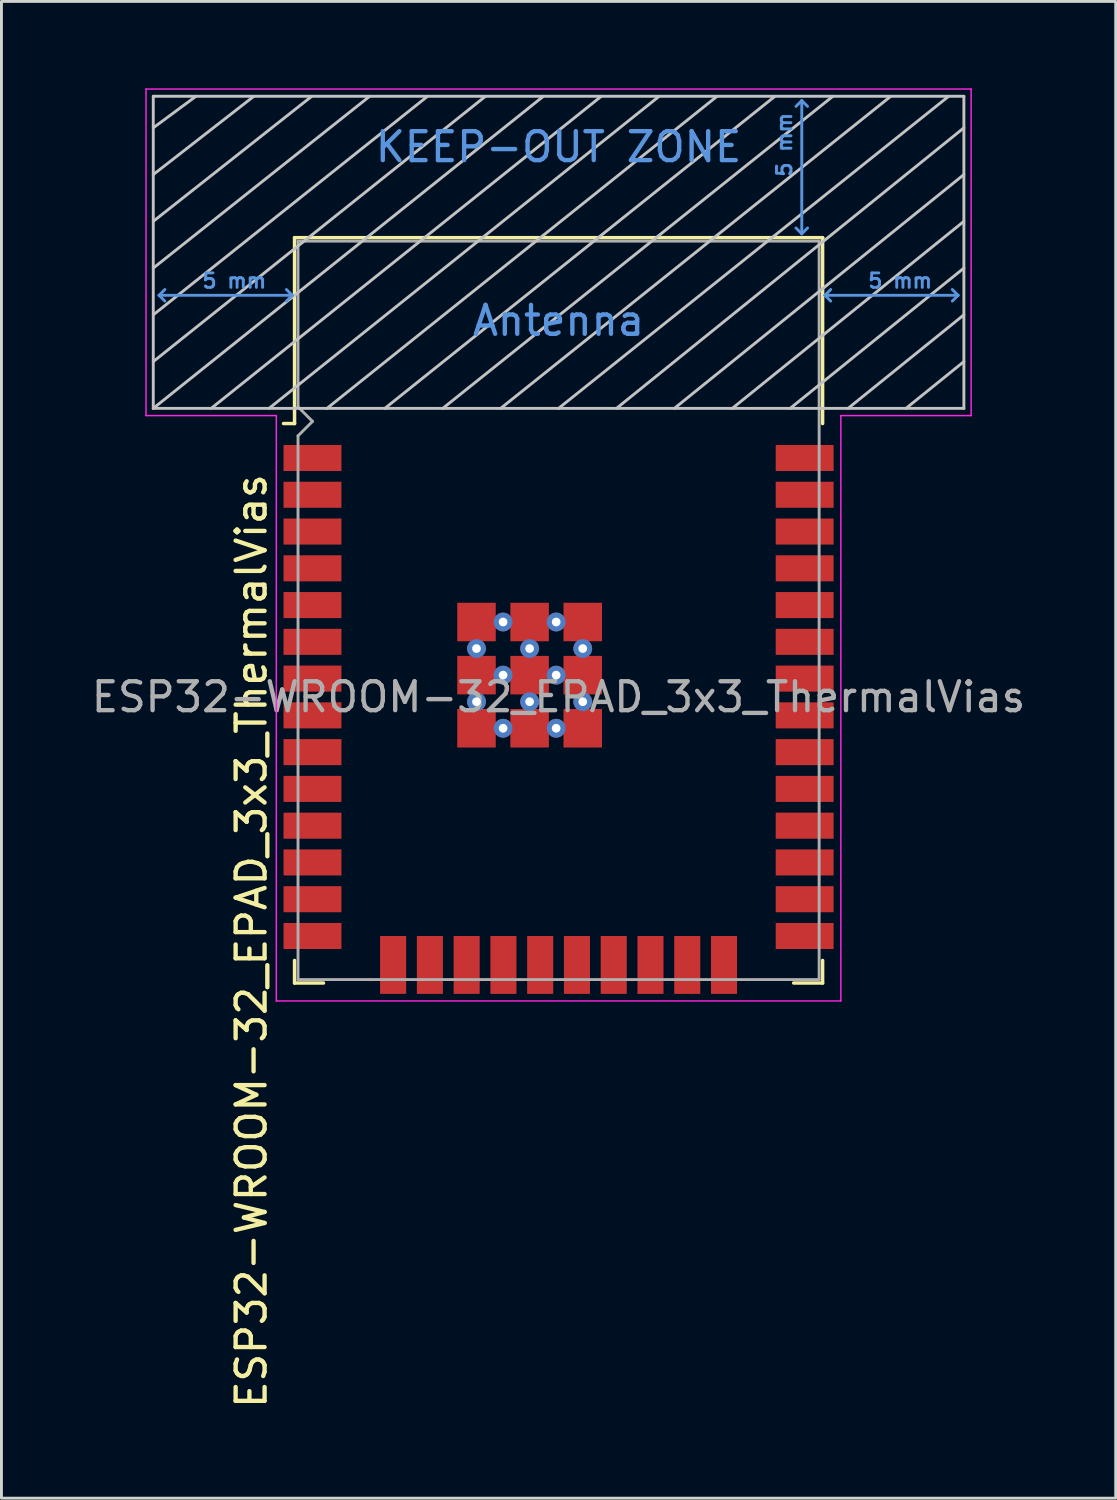
<source format=kicad_pcb>
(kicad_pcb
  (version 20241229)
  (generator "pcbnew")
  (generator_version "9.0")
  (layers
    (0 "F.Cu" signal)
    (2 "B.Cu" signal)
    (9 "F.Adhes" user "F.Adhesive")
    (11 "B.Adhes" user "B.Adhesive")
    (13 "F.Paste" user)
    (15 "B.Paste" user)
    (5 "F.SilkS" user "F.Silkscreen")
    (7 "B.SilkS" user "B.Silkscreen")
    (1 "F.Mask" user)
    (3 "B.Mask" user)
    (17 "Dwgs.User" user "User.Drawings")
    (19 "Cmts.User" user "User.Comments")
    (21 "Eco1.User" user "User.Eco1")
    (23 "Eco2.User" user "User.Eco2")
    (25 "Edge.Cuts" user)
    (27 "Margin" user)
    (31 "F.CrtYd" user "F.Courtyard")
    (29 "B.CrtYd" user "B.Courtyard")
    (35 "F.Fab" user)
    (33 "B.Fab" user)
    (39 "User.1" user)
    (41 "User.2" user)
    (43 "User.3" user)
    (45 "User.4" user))
  (footprint "ESP32-WROOM-32_EPAD_3x3_ThermalVias"
    (layer "F.Cu")
    (at 16.244 21.025)
    (property "Reference" "ESP32-WROOM-32_EPAD_3x3_ThermalVias" (at -10.61 8.43 90) (layer "F.SilkS") (effects (font (size 1 1) (thickness 0.15))))
    (attr smd)
    (fp_line (start -9.12 -15.865) (end -9.12 -9.445) (stroke (width 0.12) (type solid)) (layer "F.SilkS"))
    (fp_line (start -9.12 -15.865) (end 9.12 -15.865) (stroke (width 0.12) (type solid)) (layer "F.SilkS"))
    (fp_line (start -9.12 -9.445) (end -9.5 -9.445) (stroke (width 0.12) (type solid)) (layer "F.SilkS"))
    (fp_line (start -9.12 9.1) (end -9.12 9.88) (stroke (width 0.12) (type solid)) (layer "F.SilkS"))
    (fp_line (start -9.12 9.88) (end -8.12 9.88) (stroke (width 0.12) (type solid)) (layer "F.SilkS"))
    (fp_line (start 9.12 -15.865) (end 9.12 -9.445) (stroke (width 0.12) (type solid)) (layer "F.SilkS"))
    (fp_line (start 9.12 9.1) (end 9.12 9.88) (stroke (width 0.12) (type solid)) (layer "F.SilkS"))
    (fp_line (start 9.12 9.88) (end 8.12 9.88) (stroke (width 0.12) (type solid)) (layer "F.SilkS"))
    (fp_line (start -14 -9.97) (end -14 -20.75) (stroke (width 0.1) (type solid)) (layer "Dwgs.User"))
    (fp_line (start -12.525 -20.75) (end -14 -19.66) (stroke (width 0.1) (type solid)) (layer "Dwgs.User"))
    (fp_line (start -10.525 -20.75) (end -14 -18.045) (stroke (width 0.1) (type solid)) (layer "Dwgs.User"))
    (fp_line (start -8.525 -20.75) (end -14 -16.43) (stroke (width 0.1) (type solid)) (layer "Dwgs.User"))
    (fp_line (start -8 -9.97) (end 5.475 -20.75) (stroke (width 0.1) (type solid)) (layer "Dwgs.User"))
    (fp_line (start -6.525 -20.75) (end -14 -14.815) (stroke (width 0.1) (type solid)) (layer "Dwgs.User"))
    (fp_line (start -4.525 -20.75) (end -14 -13.2) (stroke (width 0.1) (type solid)) (layer "Dwgs.User"))
    (fp_line (start -2.525 -20.75) (end -14 -11.585) (stroke (width 0.1) (type solid)) (layer "Dwgs.User"))
    (fp_line (start -0.525 -20.75) (end -14 -9.97) (stroke (width 0.1) (type solid)) (layer "Dwgs.User"))
    (fp_line (start 1.475 -20.75) (end -12 -9.97) (stroke (width 0.1) (type solid)) (layer "Dwgs.User"))
    (fp_line (start 3.475 -20.75) (end -10 -9.97) (stroke (width 0.1) (type solid)) (layer "Dwgs.User"))
    (fp_line (start 7.475 -20.75) (end -6 -9.97) (stroke (width 0.1) (type solid)) (layer "Dwgs.User"))
    (fp_line (start 9.475 -20.75) (end -4 -9.97) (stroke (width 0.1) (type solid)) (layer "Dwgs.User"))
    (fp_line (start 11.475 -20.75) (end -2 -9.97) (stroke (width 0.1) (type solid)) (layer "Dwgs.User"))
    (fp_line (start 13.475 -20.75) (end 0 -9.97) (stroke (width 0.1) (type solid)) (layer "Dwgs.User"))
    (fp_line (start 14 -20.75) (end -14 -20.75) (stroke (width 0.1) (type solid)) (layer "Dwgs.User"))
    (fp_line (start 14 -19.66) (end 2 -9.97) (stroke (width 0.1) (type solid)) (layer "Dwgs.User"))
    (fp_line (start 14 -18.045) (end 4 -9.97) (stroke (width 0.1) (type solid)) (layer "Dwgs.User"))
    (fp_line (start 14 -16.43) (end 6 -9.97) (stroke (width 0.1) (type solid)) (layer "Dwgs.User"))
    (fp_line (start 14 -14.815) (end 8 -9.97) (stroke (width 0.1) (type solid)) (layer "Dwgs.User"))
    (fp_line (start 14 -13.2) (end 10 -9.97) (stroke (width 0.1) (type solid)) (layer "Dwgs.User"))
    (fp_line (start 14 -11.585) (end 12 -9.97) (stroke (width 0.1) (type solid)) (layer "Dwgs.User"))
    (fp_line (start 14 -9.97) (end -14 -9.97) (stroke (width 0.1) (type solid)) (layer "Dwgs.User"))
    (fp_line (start 14 -9.97) (end 14 -20.75) (stroke (width 0.1) (type solid)) (layer "Dwgs.User"))
    (fp_line (start -13.8 -13.875) (end -13.6 -14.075) (stroke (width 0.1) (type solid)) (layer "Cmts.User"))
    (fp_line (start -13.8 -13.875) (end -13.6 -13.675) (stroke (width 0.1) (type solid)) (layer "Cmts.User"))
    (fp_line (start -13.8 -13.875) (end -9.2 -13.875) (stroke (width 0.1) (type solid)) (layer "Cmts.User"))
    (fp_line (start -9.2 -13.875) (end -9.4 -14.075) (stroke (width 0.1) (type solid)) (layer "Cmts.User"))
    (fp_line (start -9.2 -13.875) (end -9.4 -13.675) (stroke (width 0.1) (type solid)) (layer "Cmts.User"))
    (fp_line (start 8.4 -20.6) (end 8.2 -20.4) (stroke (width 0.1) (type solid)) (layer "Cmts.User"))
    (fp_line (start 8.4 -20.6) (end 8.6 -20.4) (stroke (width 0.1) (type solid)) (layer "Cmts.User"))
    (fp_line (start 8.4 -16) (end 8.2 -16.2) (stroke (width 0.1) (type solid)) (layer "Cmts.User"))
    (fp_line (start 8.4 -16) (end 8.4 -20.6) (stroke (width 0.1) (type solid)) (layer "Cmts.User"))
    (fp_line (start 8.4 -16) (end 8.6 -16.2) (stroke (width 0.1) (type solid)) (layer "Cmts.User"))
    (fp_line (start 9.2 -13.875) (end 9.4 -14.075) (stroke (width 0.1) (type solid)) (layer "Cmts.User"))
    (fp_line (start 9.2 -13.875) (end 9.4 -13.675) (stroke (width 0.1) (type solid)) (layer "Cmts.User"))
    (fp_line (start 9.2 -13.875) (end 13.8 -13.875) (stroke (width 0.1) (type solid)) (layer "Cmts.User"))
    (fp_line (start 13.8 -13.875) (end 13.6 -14.075) (stroke (width 0.1) (type solid)) (layer "Cmts.User"))
    (fp_line (start 13.8 -13.875) (end 13.6 -13.675) (stroke (width 0.1) (type solid)) (layer "Cmts.User"))
    (fp_line (start -14.25 -21) (end -14.25 -9.72) (stroke (width 0.05) (type solid)) (layer "F.CrtYd"))
    (fp_line (start -14.25 -21) (end 14.25 -21) (stroke (width 0.05) (type solid)) (layer "F.CrtYd"))
    (fp_line (start -14.25 -9.72) (end -9.75 -9.72) (stroke (width 0.05) (type solid)) (layer "F.CrtYd"))
    (fp_line (start -9.75 10.5) (end -9.75 -9.72) (stroke (width 0.05) (type solid)) (layer "F.CrtYd"))
    (fp_line (start -9.75 10.5) (end 9.75 10.5) (stroke (width 0.05) (type solid)) (layer "F.CrtYd"))
    (fp_line (start 9.75 -9.72) (end 9.75 10.5) (stroke (width 0.05) (type solid)) (layer "F.CrtYd"))
    (fp_line (start 9.75 -9.72) (end 14.25 -9.72) (stroke (width 0.05) (type solid)) (layer "F.CrtYd"))
    (fp_line (start 14.25 -21) (end 14.25 -9.72) (stroke (width 0.05) (type solid)) (layer "F.CrtYd"))
    (fp_line (start -9 -15.745) (end -9 -10.02) (stroke (width 0.1) (type solid)) (layer "F.Fab"))
    (fp_line (start -9 -15.745) (end 9 -15.745) (stroke (width 0.1) (type solid)) (layer "F.Fab"))
    (fp_line (start -9 -9.02) (end -9 9.76) (stroke (width 0.1) (type solid)) (layer "F.Fab"))
    (fp_line (start -9 -9.02) (end -8.5 -9.52) (stroke (width 0.1) (type solid)) (layer "F.Fab"))
    (fp_line (start -9 9.76) (end 9 9.76) (stroke (width 0.1) (type solid)) (layer "F.Fab"))
    (fp_line (start -8.5 -9.52) (end -9 -10.02) (stroke (width 0.1) (type solid)) (layer "F.Fab"))
    (fp_line (start 9 9.76) (end 9 -15.745) (stroke (width 0.1) (type solid)) (layer "F.Fab"))
    (fp_text user "5 mm" (at 11.8 -14.375 0) (layer "Cmts.User") (effects (font (size 0.5 0.5) (thickness 0.1))))
    (fp_text user "Antenna" (at 0 -13 0) (layer "Cmts.User") (effects (font (size 1 1) (thickness 0.15))))
    (fp_text user "KEEP-OUT ZONE" (at 0 -19 0) (layer "Cmts.User") (effects (font (size 1 1) (thickness 0.15))))
    (fp_text user "5 mm" (at -11.2 -14.375 0) (layer "Cmts.User") (effects (font (size 0.5 0.5) (thickness 0.1))))
    (fp_text user "5 mm" (at 7.8 -19.075 90) (layer "Cmts.User") (effects (font (size 0.5 0.5) (thickness 0.1))))
    (fp_text user "${REFERENCE}" (at 0 0 0) (layer "F.Fab") (effects (font (size 1 1) (thickness 0.15))))
    (pad "1" smd rect (at -8.5 -8.255) (size 2 0.9) (layers "F.Cu" "F.Mask" "F.Paste"))
    (pad "2" smd rect (at -8.5 -6.985) (size 2 0.9) (layers "F.Cu" "F.Mask" "F.Paste"))
    (pad "3" smd rect (at -8.5 -5.715) (size 2 0.9) (layers "F.Cu" "F.Mask" "F.Paste"))
    (pad "4" smd rect (at -8.5 -4.445) (size 2 0.9) (layers "F.Cu" "F.Mask" "F.Paste"))
    (pad "5" smd rect (at -8.5 -3.175) (size 2 0.9) (layers "F.Cu" "F.Mask" "F.Paste"))
    (pad "6" smd rect (at -8.5 -1.905) (size 2 0.9) (layers "F.Cu" "F.Mask" "F.Paste"))
    (pad "7" smd rect (at -8.5 -0.635) (size 2 0.9) (layers "F.Cu" "F.Mask" "F.Paste"))
    (pad "8" smd rect (at -8.5 0.635) (size 2 0.9) (layers "F.Cu" "F.Mask" "F.Paste"))
    (pad "9" smd rect (at -8.5 1.905) (size 2 0.9) (layers "F.Cu" "F.Mask" "F.Paste"))
    (pad "10" smd rect (at -8.5 3.175) (size 2 0.9) (layers "F.Cu" "F.Mask" "F.Paste"))
    (pad "11" smd rect (at -8.5 4.445) (size 2 0.9) (layers "F.Cu" "F.Mask" "F.Paste"))
    (pad "12" smd rect (at -8.5 5.715) (size 2 0.9) (layers "F.Cu" "F.Mask" "F.Paste"))
    (pad "13" smd rect (at -8.5 6.985) (size 2 0.9) (layers "F.Cu" "F.Mask" "F.Paste"))
    (pad "14" smd rect (at -8.5 8.255) (size 2 0.9) (layers "F.Cu" "F.Mask" "F.Paste"))
    (pad "15" smd rect (at -5.715 9.255 90) (size 2 0.9) (layers "F.Cu" "F.Mask" "F.Paste"))
    (pad "16" smd rect (at -4.445 9.255 90) (size 2 0.9) (layers "F.Cu" "F.Mask" "F.Paste"))
    (pad "17" smd rect (at -3.175 9.255 90) (size 2 0.9) (layers "F.Cu" "F.Mask" "F.Paste"))
    (pad "18" smd rect (at -1.905 9.255 90) (size 2 0.9) (layers "F.Cu" "F.Mask" "F.Paste"))
    (pad "19" smd rect (at -0.635 9.255 90) (size 2 0.9) (layers "F.Cu" "F.Mask" "F.Paste"))
    (pad "20" smd rect (at 0.635 9.255 90) (size 2 0.9) (layers "F.Cu" "F.Mask" "F.Paste"))
    (pad "21" smd rect (at 1.905 9.255 90) (size 2 0.9) (layers "F.Cu" "F.Mask" "F.Paste"))
    (pad "22" smd rect (at 3.175 9.255 90) (size 2 0.9) (layers "F.Cu" "F.Mask" "F.Paste"))
    (pad "23" smd rect (at 4.445 9.255 90) (size 2 0.9) (layers "F.Cu" "F.Mask" "F.Paste"))
    (pad "24" smd rect (at 5.715 9.255 90) (size 2 0.9) (layers "F.Cu" "F.Mask" "F.Paste"))
    (pad "25" smd rect (at 8.5 8.255) (size 2 0.9) (layers "F.Cu" "F.Mask" "F.Paste"))
    (pad "26" smd rect (at 8.5 6.985) (size 2 0.9) (layers "F.Cu" "F.Mask" "F.Paste"))
    (pad "27" smd rect (at 8.5 5.715) (size 2 0.9) (layers "F.Cu" "F.Mask" "F.Paste"))
    (pad "28" smd rect (at 8.5 4.445) (size 2 0.9) (layers "F.Cu" "F.Mask" "F.Paste"))
    (pad "29" smd rect (at 8.5 3.175) (size 2 0.9) (layers "F.Cu" "F.Mask" "F.Paste"))
    (pad "30" smd rect (at 8.5 1.905) (size 2 0.9) (layers "F.Cu" "F.Mask" "F.Paste"))
    (pad "31" smd rect (at 8.5 0.635) (size 2 0.9) (layers "F.Cu" "F.Mask" "F.Paste"))
    (pad "32" smd rect (at 8.5 -0.635) (size 2 0.9) (layers "F.Cu" "F.Mask" "F.Paste"))
    (pad "33" smd rect (at 8.5 -1.905) (size 2 0.9) (layers "F.Cu" "F.Mask" "F.Paste"))
    (pad "34" smd rect (at 8.5 -3.175) (size 2 0.9) (layers "F.Cu" "F.Mask" "F.Paste"))
    (pad "35" smd rect (at 8.5 -4.445) (size 2 0.9) (layers "F.Cu" "F.Mask" "F.Paste"))
    (pad "36" smd rect (at 8.5 -5.715) (size 2 0.9) (layers "F.Cu" "F.Mask" "F.Paste"))
    (pad "37" smd rect (at 8.5 -6.985) (size 2 0.9) (layers "F.Cu" "F.Mask" "F.Paste"))
    (pad "38" smd rect (at 8.5 -8.255) (size 2 0.9) (layers "F.Cu" "F.Mask" "F.Paste"))
    (pad "39" smd rect (at -2.835 -2.59) (size 1.33 1.33) (layers "F.Cu" "F.Mask" "F.Paste"))
    (pad "39" thru_hole circle (at -2.835 -1.673) (size 0.65 0.65) (drill 0.3) (layers "*.Cu" "*.Mask"))
    (pad "39" smd rect (at -2.835 -0.755) (size 1.33 1.33) (layers "F.Cu" "F.Mask" "F.Paste"))
    (pad "39" thru_hole circle (at -2.835 0.163) (size 0.65 0.65) (drill 0.3) (layers "*.Cu" "*.Mask"))
    (pad "39" smd rect (at -2.835 1.08) (size 1.33 1.33) (layers "F.Cu" "F.Mask" "F.Paste"))
    (pad "39" thru_hole circle (at -1.917 -2.59) (size 0.65 0.65) (drill 0.3) (layers "*.Cu" "*.Mask"))
    (pad "39" thru_hole circle (at -1.917 -0.755) (size 0.65 0.65) (drill 0.3) (layers "*.Cu" "*.Mask"))
    (pad "39" thru_hole circle (at -1.917 1.08) (size 0.65 0.65) (drill 0.3) (layers "*.Cu" "*.Mask"))
    (pad "39" smd rect (at -1 -2.59) (size 1.33 1.33) (layers "F.Cu" "F.Mask" "F.Paste"))
    (pad "39" thru_hole circle (at -1 -1.673) (size 0.65 0.65) (drill 0.3) (layers "*.Cu" "*.Mask"))
    (pad "39" smd rect (at -1 -0.755) (size 1.33 1.33) (layers "F.Cu" "F.Mask" "F.Paste"))
    (pad "39" thru_hole circle (at -1 0.163) (size 0.65 0.65) (drill 0.3) (layers "*.Cu" "*.Mask"))
    (pad "39" smd rect (at -1 1.08) (size 1.33 1.33) (layers "F.Cu" "F.Mask" "F.Paste"))
    (pad "39" thru_hole circle (at -0.083 -2.59) (size 0.65 0.65) (drill 0.3) (layers "*.Cu" "*.Mask"))
    (pad "39" thru_hole circle (at -0.083 -0.755) (size 0.65 0.65) (drill 0.3) (layers "*.Cu" "*.Mask"))
    (pad "39" thru_hole circle (at -0.083 1.08) (size 0.65 0.65) (drill 0.3) (layers "*.Cu" "*.Mask"))
    (pad "39" smd rect (at 0.835 -2.59) (size 1.33 1.33) (layers "F.Cu" "F.Mask" "F.Paste"))
    (pad "39" thru_hole circle (at 0.835 -1.673) (size 0.65 0.65) (drill 0.3) (layers "*.Cu" "*.Mask"))
    (pad "39" smd rect (at 0.835 -0.755) (size 1.33 1.33) (layers "F.Cu" "F.Mask" "F.Paste"))
    (pad "39" thru_hole circle (at 0.835 0.163) (size 0.65 0.65) (drill 0.3) (layers "*.Cu" "*.Mask"))
    (pad "39" smd rect (at 0.835 1.08) (size 1.33 1.33) (layers "F.Cu" "F.Mask" "F.Paste")))
  (gr_rect
    (start -3 -3)
    (end 35.488 48.699)
    (stroke (width 0.1) (type default))
    (fill no)
    (layer "Edge.Cuts")))
</source>
